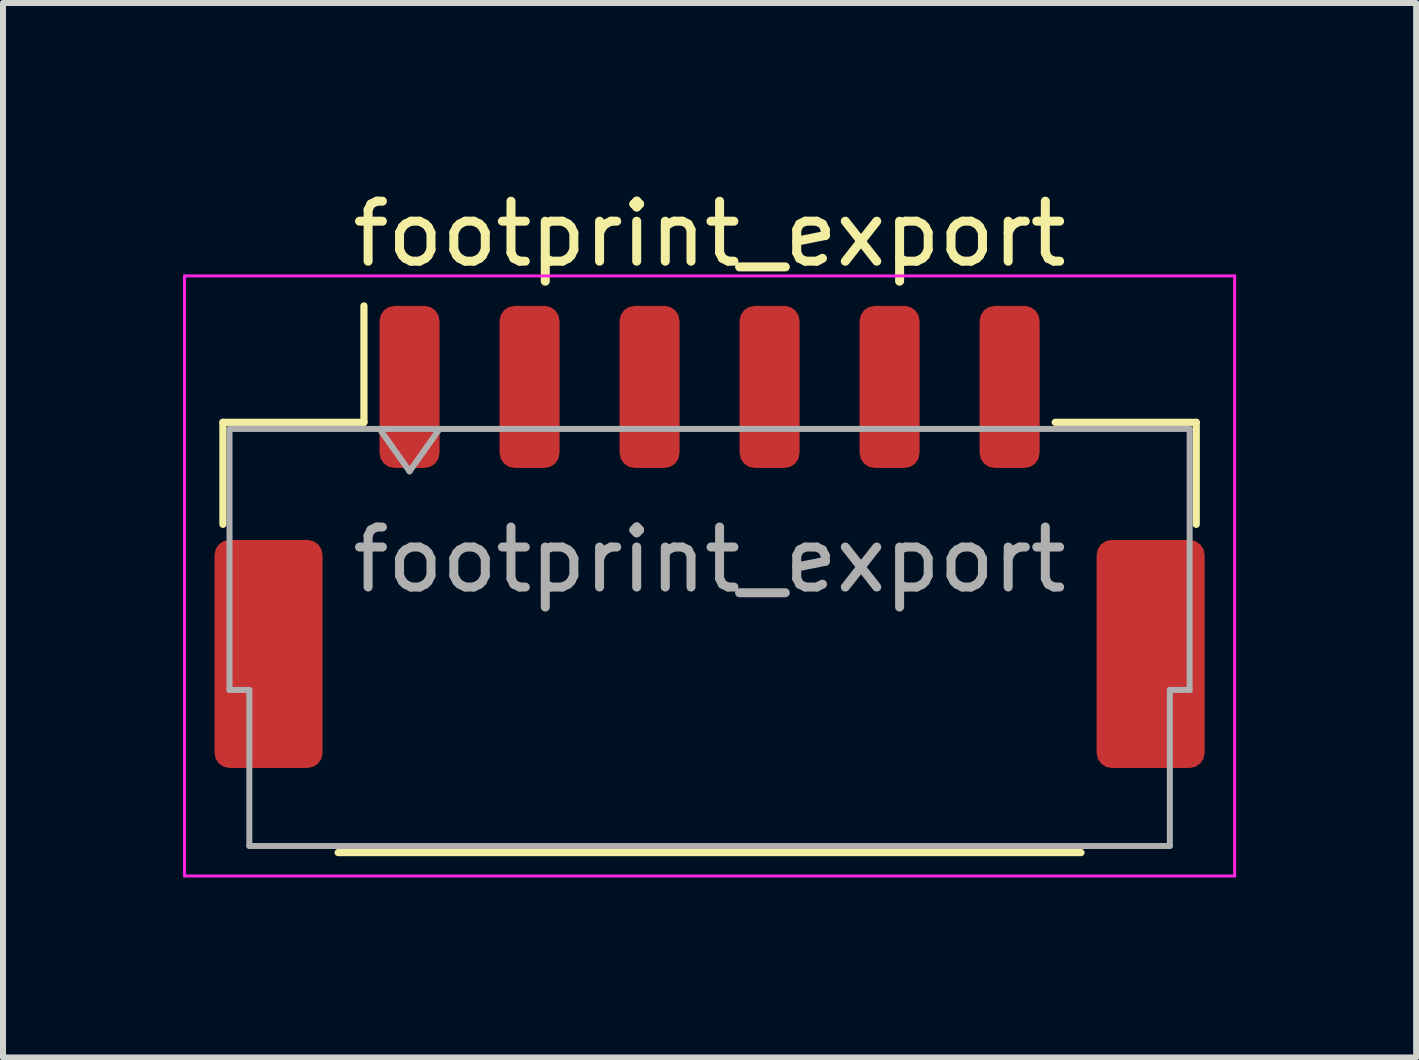
<source format=kicad_pcb>
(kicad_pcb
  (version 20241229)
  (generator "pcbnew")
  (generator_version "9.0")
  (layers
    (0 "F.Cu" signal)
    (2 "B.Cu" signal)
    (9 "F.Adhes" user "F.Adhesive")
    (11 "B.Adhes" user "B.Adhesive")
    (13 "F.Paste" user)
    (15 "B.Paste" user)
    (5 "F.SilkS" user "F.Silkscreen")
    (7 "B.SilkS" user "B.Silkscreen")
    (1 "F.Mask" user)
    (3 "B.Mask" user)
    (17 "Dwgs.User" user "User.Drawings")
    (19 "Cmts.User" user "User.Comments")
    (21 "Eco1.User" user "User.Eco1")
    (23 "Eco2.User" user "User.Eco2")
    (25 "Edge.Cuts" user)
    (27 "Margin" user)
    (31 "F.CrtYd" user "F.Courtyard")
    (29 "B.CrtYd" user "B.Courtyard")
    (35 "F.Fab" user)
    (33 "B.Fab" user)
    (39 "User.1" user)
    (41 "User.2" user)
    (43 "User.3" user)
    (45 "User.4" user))
  (footprint "footprint_export"
    (layer "F.Cu")
    (at 8.775 5.898)
    (property "Reference" "footprint_export" (at 0 -5.05 0) (layer "F.SilkS") (effects (font (size 1 1) (thickness 0.15))))
    (attr smd)
    (fp_line (start -8.11 -1.91) (end -5.76 -1.91) (stroke (width 0.12) (type solid)) (layer "F.SilkS"))
    (fp_line (start -8.11 -0.21) (end -8.11 -1.91) (stroke (width 0.12) (type solid)) (layer "F.SilkS"))
    (fp_line (start -6.19 5.26) (end 6.19 5.26) (stroke (width 0.12) (type solid)) (layer "F.SilkS"))
    (fp_line (start -5.76 -1.91) (end -5.76 -3.85) (stroke (width 0.12) (type solid)) (layer "F.SilkS"))
    (fp_line (start 8.11 -1.91) (end 5.76 -1.91) (stroke (width 0.12) (type solid)) (layer "F.SilkS"))
    (fp_line (start 8.11 -0.21) (end 8.11 -1.91) (stroke (width 0.12) (type solid)) (layer "F.SilkS"))
    (fp_line (start -8.75 -4.35) (end -8.75 5.65) (stroke (width 0.05) (type solid)) (layer "F.CrtYd"))
    (fp_line (start -8.75 5.65) (end 8.75 5.65) (stroke (width 0.05) (type solid)) (layer "F.CrtYd"))
    (fp_line (start 8.75 -4.35) (end -8.75 -4.35) (stroke (width 0.05) (type solid)) (layer "F.CrtYd"))
    (fp_line (start 8.75 5.65) (end 8.75 -4.35) (stroke (width 0.05) (type solid)) (layer "F.CrtYd"))
    (fp_line (start -8 -1.8) (end -8 2.55) (stroke (width 0.1) (type solid)) (layer "F.Fab"))
    (fp_line (start -8 -1.8) (end 8 -1.8) (stroke (width 0.1) (type solid)) (layer "F.Fab"))
    (fp_line (start -8 2.55) (end -7.67 2.55) (stroke (width 0.1) (type solid)) (layer "F.Fab"))
    (fp_line (start -7.67 2.55) (end -7.67 5.15) (stroke (width 0.1) (type solid)) (layer "F.Fab"))
    (fp_line (start -7.67 5.15) (end 7.67 5.15) (stroke (width 0.1) (type solid)) (layer "F.Fab"))
    (fp_line (start -5.5 -1.8) (end -5 -1.093) (stroke (width 0.1) (type solid)) (layer "F.Fab"))
    (fp_line (start -5 -1.093) (end -4.5 -1.8) (stroke (width 0.1) (type solid)) (layer "F.Fab"))
    (fp_line (start 7.67 2.55) (end 8 2.55) (stroke (width 0.1) (type solid)) (layer "F.Fab"))
    (fp_line (start 7.67 5.15) (end 7.67 2.55) (stroke (width 0.1) (type solid)) (layer "F.Fab"))
    (fp_line (start 8 -1.8) (end 8 2.55) (stroke (width 0.1) (type solid)) (layer "F.Fab"))
    (fp_text user "${REFERENCE}" (at 0 0.38 0) (layer "F.Fab") (effects (font (size 1 1) (thickness 0.15))))
    (pad "1" smd roundrect (at -5 -2.5) (size 1 2.7) (layers "F.Cu" "F.Mask" "F.Paste") (roundrect_rratio 0.25))
    (pad "2" smd roundrect (at -3 -2.5) (size 1 2.7) (layers "F.Cu" "F.Mask" "F.Paste") (roundrect_rratio 0.25))
    (pad "3" smd roundrect (at -1 -2.5) (size 1 2.7) (layers "F.Cu" "F.Mask" "F.Paste") (roundrect_rratio 0.25))
    (pad "4" smd roundrect (at 1 -2.5) (size 1 2.7) (layers "F.Cu" "F.Mask" "F.Paste") (roundrect_rratio 0.25))
    (pad "5" smd roundrect (at 3 -2.5) (size 1 2.7) (layers "F.Cu" "F.Mask" "F.Paste") (roundrect_rratio 0.25))
    (pad "6" smd roundrect (at 5 -2.5) (size 1 2.7) (layers "F.Cu" "F.Mask" "F.Paste") (roundrect_rratio 0.25))
    (pad "MP" smd roundrect (at -7.35 1.95) (size 1.8 3.8) (layers "F.Cu" "F.Mask" "F.Paste") (roundrect_rratio 0.139))
    (pad "MP" smd roundrect (at 7.35 1.95) (size 1.8 3.8) (layers "F.Cu" "F.Mask" "F.Paste") (roundrect_rratio 0.139)))
  (gr_rect
    (start -3 -3)
    (end 20.55 14.573)
    (stroke (width 0.1) (type default))
    (fill no)
    (layer "Edge.Cuts")))
</source>
